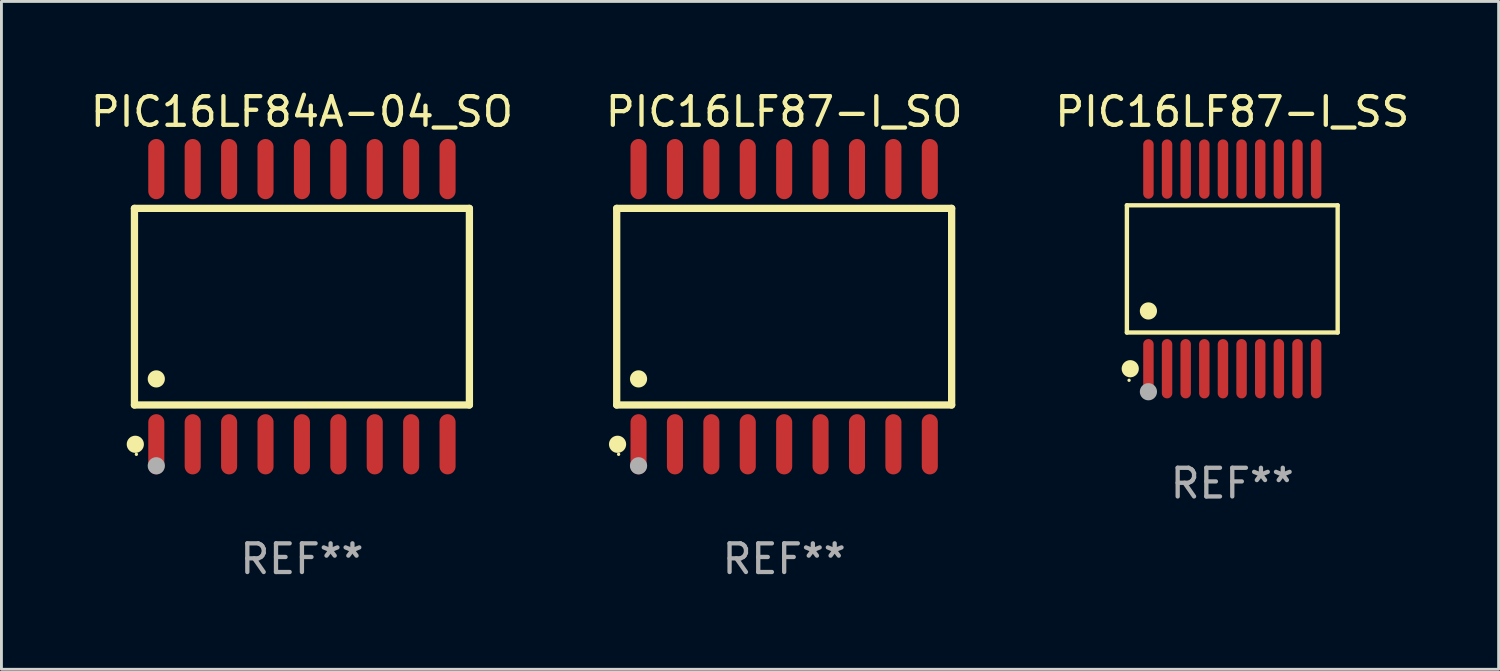
<source format=kicad_pcb>
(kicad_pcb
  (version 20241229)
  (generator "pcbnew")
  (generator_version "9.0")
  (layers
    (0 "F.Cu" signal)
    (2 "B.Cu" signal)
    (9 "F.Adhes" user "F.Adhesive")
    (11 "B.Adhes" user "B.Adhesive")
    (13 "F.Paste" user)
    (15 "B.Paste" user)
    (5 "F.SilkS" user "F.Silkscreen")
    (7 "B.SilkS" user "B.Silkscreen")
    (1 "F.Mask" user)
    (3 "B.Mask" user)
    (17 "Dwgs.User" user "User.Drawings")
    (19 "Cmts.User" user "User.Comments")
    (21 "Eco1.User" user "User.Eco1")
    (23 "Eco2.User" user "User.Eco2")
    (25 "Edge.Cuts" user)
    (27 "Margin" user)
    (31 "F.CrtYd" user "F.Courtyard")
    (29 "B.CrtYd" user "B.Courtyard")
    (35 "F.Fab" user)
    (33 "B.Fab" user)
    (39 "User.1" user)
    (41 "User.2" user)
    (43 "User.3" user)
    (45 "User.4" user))
  (footprint "PIC16LF84A-04_SO"
    (layer "F.Cu")
    (at 7.482 7.648)
    (property "Reference" "PIC16LF84A-04_SO" (at 0 -6.8 0) (layer "F.SilkS") (effects (font (size 1 1) (thickness 0.15))))
    (attr through_hole)
    (fp_line (start -5.842 -3.429) (end -5.842 3.429) (stroke (width 0.254) (type solid)) (layer "F.SilkS"))
    (fp_line (start -5.842 3.429) (end 5.842 3.429) (stroke (width 0.254) (type solid)) (layer "F.SilkS"))
    (fp_line (start 5.842 -3.429) (end -5.842 -3.429) (stroke (width 0.254) (type solid)) (layer "F.SilkS"))
    (fp_line (start 5.842 3.429) (end 5.842 -3.429) (stroke (width 0.254) (type solid)) (layer "F.SilkS"))
    (fp_circle (center -5.812 4.8) (end -5.662 4.8) (stroke (width 0.3) (type solid)) (fill no) (layer "F.SilkS"))
    (fp_circle (center -5.775 5.15) (end -5.745 5.15) (stroke (width 0.06) (type solid)) (fill no) (layer "F.SilkS"))
    (fp_circle (center -5.08 2.519) (end -4.93 2.519) (stroke (width 0.3) (type solid)) (fill no) (layer "F.SilkS"))
    (fp_circle (center -5.08 5.55) (end -4.93 5.55) (stroke (width 0.3) (type solid)) (fill no) (layer "F.Fab"))
    (fp_text user "REF**" (at 0 8.8 0) (layer "F.Fab") (effects (font (size 1 1) (thickness 0.15))))
    (pad "1" smd oval (at -5.08 4.8) (size 0.56 2.1) (layers "F.Cu" "F.Mask" "F.Paste"))
    (pad "2" smd oval (at -3.81 4.8) (size 0.56 2.1) (layers "F.Cu" "F.Mask" "F.Paste"))
    (pad "3" smd oval (at -2.54 4.8) (size 0.56 2.1) (layers "F.Cu" "F.Mask" "F.Paste"))
    (pad "4" smd oval (at -1.27 4.8) (size 0.56 2.1) (layers "F.Cu" "F.Mask" "F.Paste"))
    (pad "5" smd oval (at 0 4.8) (size 0.56 2.1) (layers "F.Cu" "F.Mask" "F.Paste"))
    (pad "6" smd oval (at 1.27 4.8) (size 0.56 2.1) (layers "F.Cu" "F.Mask" "F.Paste"))
    (pad "7" smd oval (at 2.54 4.8) (size 0.56 2.1) (layers "F.Cu" "F.Mask" "F.Paste"))
    (pad "8" smd oval (at 3.81 4.8) (size 0.56 2.1) (layers "F.Cu" "F.Mask" "F.Paste"))
    (pad "9" smd oval (at 5.08 4.8) (size 0.56 2.1) (layers "F.Cu" "F.Mask" "F.Paste"))
    (pad "10" smd oval (at 5.08 -4.8) (size 0.56 2.1) (layers "F.Cu" "F.Mask" "F.Paste"))
    (pad "11" smd oval (at 3.81 -4.8) (size 0.56 2.1) (layers "F.Cu" "F.Mask" "F.Paste"))
    (pad "12" smd oval (at 2.54 -4.8) (size 0.56 2.1) (layers "F.Cu" "F.Mask" "F.Paste"))
    (pad "13" smd oval (at 1.27 -4.8) (size 0.56 2.1) (layers "F.Cu" "F.Mask" "F.Paste"))
    (pad "14" smd oval (at 0 -4.8) (size 0.56 2.1) (layers "F.Cu" "F.Mask" "F.Paste"))
    (pad "15" smd oval (at -1.27 -4.8) (size 0.56 2.1) (layers "F.Cu" "F.Mask" "F.Paste"))
    (pad "16" smd oval (at -2.54 -4.8) (size 0.56 2.1) (layers "F.Cu" "F.Mask" "F.Paste"))
    (pad "17" smd oval (at -3.81 -4.8) (size 0.56 2.1) (layers "F.Cu" "F.Mask" "F.Paste"))
    (pad "18" smd oval (at -5.08 -4.8) (size 0.56 2.1) (layers "F.Cu" "F.Mask" "F.Paste")))
  (footprint "PIC16LF87-I_SO"
    (layer "F.Cu")
    (at 24.304 7.648)
    (property "Reference" "PIC16LF87-I_SO" (at 0 -6.8 0) (layer "F.SilkS") (effects (font (size 1 1) (thickness 0.15))))
    (attr through_hole)
    (fp_line (start -5.842 -3.429) (end -5.842 3.429) (stroke (width 0.254) (type solid)) (layer "F.SilkS"))
    (fp_line (start -5.842 3.429) (end 5.842 3.429) (stroke (width 0.254) (type solid)) (layer "F.SilkS"))
    (fp_line (start 5.842 -3.429) (end -5.842 -3.429) (stroke (width 0.254) (type solid)) (layer "F.SilkS"))
    (fp_line (start 5.842 3.429) (end 5.842 -3.429) (stroke (width 0.254) (type solid)) (layer "F.SilkS"))
    (fp_circle (center -5.812 4.8) (end -5.662 4.8) (stroke (width 0.3) (type solid)) (fill no) (layer "F.SilkS"))
    (fp_circle (center -5.775 5.15) (end -5.745 5.15) (stroke (width 0.06) (type solid)) (fill no) (layer "F.SilkS"))
    (fp_circle (center -5.08 2.519) (end -4.93 2.519) (stroke (width 0.3) (type solid)) (fill no) (layer "F.SilkS"))
    (fp_circle (center -5.08 5.55) (end -4.93 5.55) (stroke (width 0.3) (type solid)) (fill no) (layer "F.Fab"))
    (fp_text user "REF**" (at 0 8.8 0) (layer "F.Fab") (effects (font (size 1 1) (thickness 0.15))))
    (pad "1" smd oval (at -5.08 4.8) (size 0.56 2.1) (layers "F.Cu" "F.Mask" "F.Paste"))
    (pad "2" smd oval (at -3.81 4.8) (size 0.56 2.1) (layers "F.Cu" "F.Mask" "F.Paste"))
    (pad "3" smd oval (at -2.54 4.8) (size 0.56 2.1) (layers "F.Cu" "F.Mask" "F.Paste"))
    (pad "4" smd oval (at -1.27 4.8) (size 0.56 2.1) (layers "F.Cu" "F.Mask" "F.Paste"))
    (pad "5" smd oval (at 0 4.8) (size 0.56 2.1) (layers "F.Cu" "F.Mask" "F.Paste"))
    (pad "6" smd oval (at 1.27 4.8) (size 0.56 2.1) (layers "F.Cu" "F.Mask" "F.Paste"))
    (pad "7" smd oval (at 2.54 4.8) (size 0.56 2.1) (layers "F.Cu" "F.Mask" "F.Paste"))
    (pad "8" smd oval (at 3.81 4.8) (size 0.56 2.1) (layers "F.Cu" "F.Mask" "F.Paste"))
    (pad "9" smd oval (at 5.08 4.8) (size 0.56 2.1) (layers "F.Cu" "F.Mask" "F.Paste"))
    (pad "10" smd oval (at 5.08 -4.8) (size 0.56 2.1) (layers "F.Cu" "F.Mask" "F.Paste"))
    (pad "11" smd oval (at 3.81 -4.8) (size 0.56 2.1) (layers "F.Cu" "F.Mask" "F.Paste"))
    (pad "12" smd oval (at 2.54 -4.8) (size 0.56 2.1) (layers "F.Cu" "F.Mask" "F.Paste"))
    (pad "13" smd oval (at 1.27 -4.8) (size 0.56 2.1) (layers "F.Cu" "F.Mask" "F.Paste"))
    (pad "14" smd oval (at 0 -4.8) (size 0.56 2.1) (layers "F.Cu" "F.Mask" "F.Paste"))
    (pad "15" smd oval (at -1.27 -4.8) (size 0.56 2.1) (layers "F.Cu" "F.Mask" "F.Paste"))
    (pad "16" smd oval (at -2.54 -4.8) (size 0.56 2.1) (layers "F.Cu" "F.Mask" "F.Paste"))
    (pad "17" smd oval (at -3.81 -4.8) (size 0.56 2.1) (layers "F.Cu" "F.Mask" "F.Paste"))
    (pad "18" smd oval (at -5.08 -4.8) (size 0.56 2.1) (layers "F.Cu" "F.Mask" "F.Paste")))
  (footprint "PIC16LF87-I_SS"
    (layer "F.Cu")
    (at 39.935 6.33)
    (property "Reference" "PIC16LF87-I_SS" (at 0 -5.482 0) (layer "F.SilkS") (effects (font (size 1 1) (thickness 0.15))))
    (attr through_hole)
    (fp_line (start -3.676 -2.219) (end 3.676 -2.219) (stroke (width 0.152) (type solid)) (layer "F.SilkS"))
    (fp_line (start -3.676 2.219) (end -3.676 -2.219) (stroke (width 0.152) (type solid)) (layer "F.SilkS"))
    (fp_line (start 3.676 -2.219) (end 3.676 2.219) (stroke (width 0.152) (type solid)) (layer "F.SilkS"))
    (fp_line (start 3.676 2.219) (end -3.676 2.219) (stroke (width 0.152) (type solid)) (layer "F.SilkS"))
    (fp_circle (center -3.6 3.885) (end -3.57 3.885) (stroke (width 0.06) (type solid)) (fill no) (layer "F.SilkS"))
    (fp_circle (center -3.559 3.482) (end -3.409 3.482) (stroke (width 0.3) (type solid)) (fill no) (layer "F.SilkS"))
    (fp_circle (center -2.925 1.467) (end -2.775 1.467) (stroke (width 0.3) (type solid)) (fill no) (layer "F.SilkS"))
    (fp_circle (center -2.925 4.285) (end -2.775 4.285) (stroke (width 0.3) (type solid)) (fill no) (layer "F.Fab"))
    (fp_text user "REF**" (at 0 7.482 0) (layer "F.Fab") (effects (font (size 1 1) (thickness 0.15))))
    (pad "1" smd oval (at -2.925 3.482) (size 0.364 2.069) (layers "F.Cu" "F.Mask" "F.Paste"))
    (pad "2" smd oval (at -2.275 3.482) (size 0.364 2.069) (layers "F.Cu" "F.Mask" "F.Paste"))
    (pad "3" smd oval (at -1.625 3.482) (size 0.364 2.069) (layers "F.Cu" "F.Mask" "F.Paste"))
    (pad "4" smd oval (at -0.975 3.482) (size 0.364 2.069) (layers "F.Cu" "F.Mask" "F.Paste"))
    (pad "5" smd oval (at -0.325 3.482) (size 0.364 2.069) (layers "F.Cu" "F.Mask" "F.Paste"))
    (pad "6" smd oval (at 0.325 3.482) (size 0.364 2.069) (layers "F.Cu" "F.Mask" "F.Paste"))
    (pad "7" smd oval (at 0.975 3.482) (size 0.364 2.069) (layers "F.Cu" "F.Mask" "F.Paste"))
    (pad "8" smd oval (at 1.625 3.482) (size 0.364 2.069) (layers "F.Cu" "F.Mask" "F.Paste"))
    (pad "9" smd oval (at 2.275 3.482) (size 0.364 2.069) (layers "F.Cu" "F.Mask" "F.Paste"))
    (pad "10" smd oval (at 2.925 3.482) (size 0.364 2.069) (layers "F.Cu" "F.Mask" "F.Paste"))
    (pad "11" smd oval (at 2.925 -3.482) (size 0.364 2.069) (layers "F.Cu" "F.Mask" "F.Paste"))
    (pad "12" smd oval (at 2.275 -3.482) (size 0.364 2.069) (layers "F.Cu" "F.Mask" "F.Paste"))
    (pad "13" smd oval (at 1.625 -3.482) (size 0.364 2.069) (layers "F.Cu" "F.Mask" "F.Paste"))
    (pad "14" smd oval (at 0.975 -3.482) (size 0.364 2.069) (layers "F.Cu" "F.Mask" "F.Paste"))
    (pad "15" smd oval (at 0.325 -3.482) (size 0.364 2.069) (layers "F.Cu" "F.Mask" "F.Paste"))
    (pad "16" smd oval (at -0.325 -3.482) (size 0.364 2.069) (layers "F.Cu" "F.Mask" "F.Paste"))
    (pad "17" smd oval (at -0.975 -3.482) (size 0.364 2.069) (layers "F.Cu" "F.Mask" "F.Paste"))
    (pad "18" smd oval (at -1.625 -3.482) (size 0.364 2.069) (layers "F.Cu" "F.Mask" "F.Paste"))
    (pad "19" smd oval (at -2.275 -3.482) (size 0.364 2.069) (layers "F.Cu" "F.Mask" "F.Paste"))
    (pad "20" smd oval (at -2.925 -3.482) (size 0.364 2.069) (layers "F.Cu" "F.Mask" "F.Paste")))
  (gr_rect
    (start -3 -3)
    (end 49.226 20.297)
    (stroke (width 0.1) (type default))
    (fill no)
    (layer "Edge.Cuts")))
</source>
